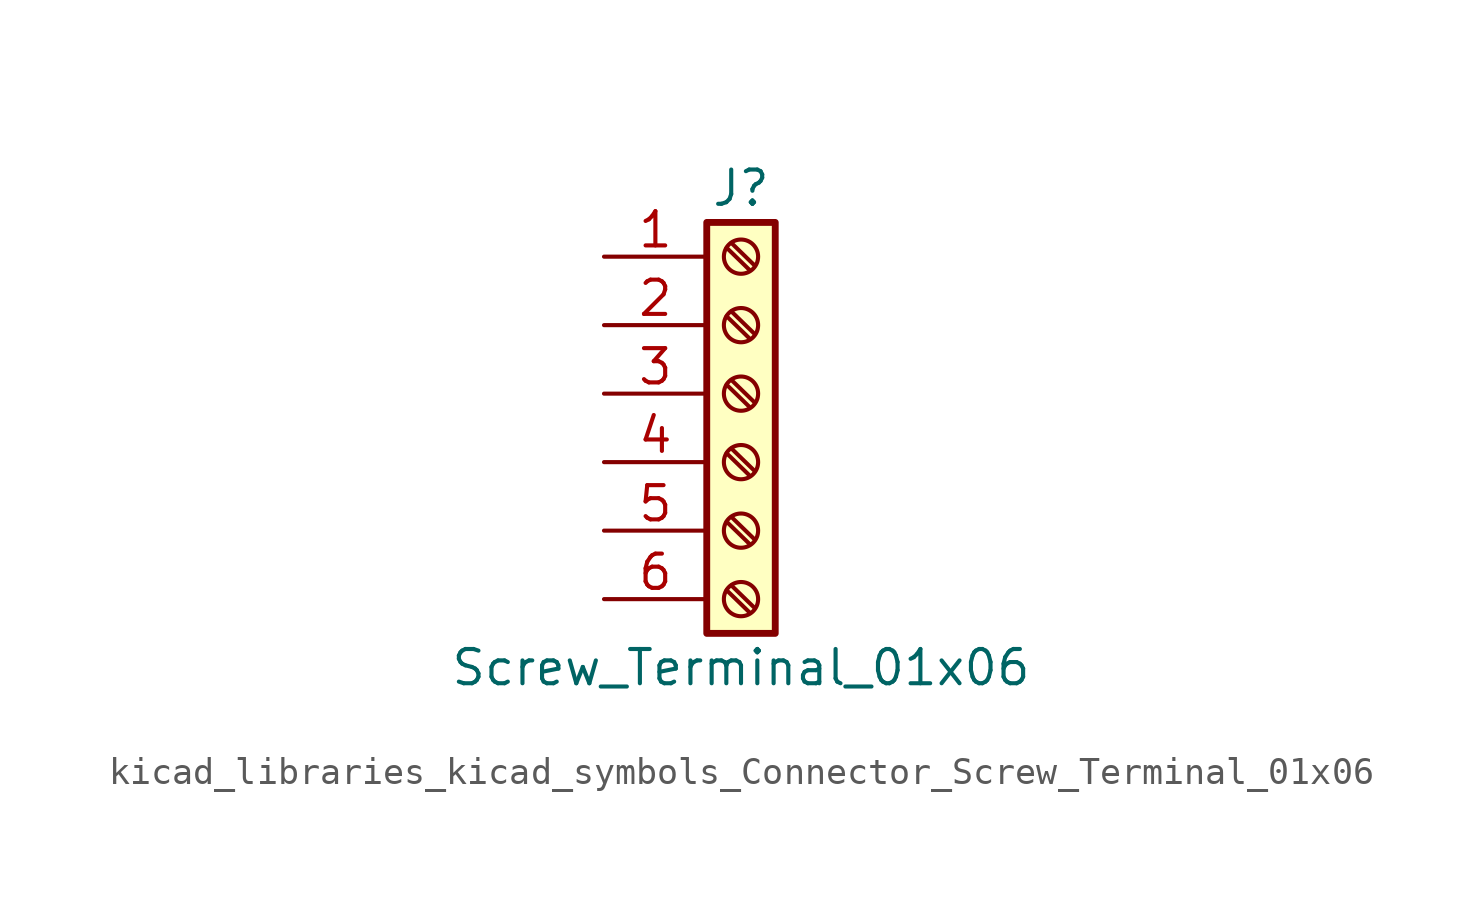
<source format=kicad_sym>
(kicad_symbol_lib
  (version 20220914)
  (generator kicad_symbol_editor)
  (symbol "kicad_libraries_kicad_symbols_Connector_Screw_Terminal_01x06"
    (pin_names
      (offset 1.016) hide)
    (property "Reference" "J"
      (at 0 7.62 0)
      (effects (font (size 1.27 1.27))))
    (property "Value" "Screw_Terminal_01x06"
      (at 0 -10.16 0)
      (effects (font (size 1.27 1.27))))
    (symbol "kicad_libraries_kicad_symbols_Connector_Screw_Terminal_01x06_1_1"
      (rectangle (start -1.27 6.35) (end 1.27 -8.89) (stroke (width 0.254) (type default)) (fill (type background)))
      (circle (center 0 -7.62) (radius 0.635) (stroke (width 0.152) (type default)) (fill (type none)))
      (circle (center 0 -5.08) (radius 0.635) (stroke (width 0.152) (type default)) (fill (type none)))
      (circle (center 0 -2.54) (radius 0.635) (stroke (width 0.152) (type default)) (fill (type none)))
      (polyline (pts (xy -0.533 -7.29) (xy 0.33 -8.128)) (stroke (width 0.152) (type default)) (fill (type none)))
      (polyline (pts (xy -0.533 -4.75) (xy 0.33 -5.588)) (stroke (width 0.152) (type default)) (fill (type none)))
      (polyline (pts (xy -0.533 -2.21) (xy 0.33 -3.048)) (stroke (width 0.152) (type default)) (fill (type none)))
      (polyline (pts (xy -0.533 0.33) (xy 0.33 -0.508)) (stroke (width 0.152) (type default)) (fill (type none)))
      (polyline (pts (xy -0.533 2.87) (xy 0.33 2.032)) (stroke (width 0.152) (type default)) (fill (type none)))
      (polyline (pts (xy -0.533 5.41) (xy 0.33 4.572)) (stroke (width 0.152) (type default)) (fill (type none)))
      (polyline (pts (xy -0.356 -7.112) (xy 0.508 -7.95)) (stroke (width 0.152) (type default)) (fill (type none)))
      (polyline (pts (xy -0.356 -4.572) (xy 0.508 -5.41)) (stroke (width 0.152) (type default)) (fill (type none)))
      (polyline (pts (xy -0.356 -2.032) (xy 0.508 -2.87)) (stroke (width 0.152) (type default)) (fill (type none)))
      (polyline (pts (xy -0.356 0.508) (xy 0.508 -0.33)) (stroke (width 0.152) (type default)) (fill (type none)))
      (polyline (pts (xy -0.356 3.048) (xy 0.508 2.21)) (stroke (width 0.152) (type default)) (fill (type none)))
      (polyline (pts (xy -0.356 5.588) (xy 0.508 4.75)) (stroke (width 0.152) (type default)) (fill (type none)))
      (circle (center 0 0) (radius 0.635) (stroke (width 0.152) (type default)) (fill (type none)))
      (circle (center 0 2.54) (radius 0.635) (stroke (width 0.152) (type default)) (fill (type none)))
      (circle (center 0 5.08) (radius 0.635) (stroke (width 0.152) (type default)) (fill (type none)))
      (pin passive line (at -5.08 5.08 0) (length 3.81) (name "Pin_1" (effects (font (size 1.27 1.27)))) (number "1" (effects (font (size 1.27 1.27)))))
      (pin passive line (at -5.08 2.54 0) (length 3.81) (name "Pin_2" (effects (font (size 1.27 1.27)))) (number "2" (effects (font (size 1.27 1.27)))))
      (pin passive line (at -5.08 0 0) (length 3.81) (name "Pin_3" (effects (font (size 1.27 1.27)))) (number "3" (effects (font (size 1.27 1.27)))))
      (pin passive line (at -5.08 -2.54 0) (length 3.81) (name "Pin_4" (effects (font (size 1.27 1.27)))) (number "4" (effects (font (size 1.27 1.27)))))
      (pin passive line (at -5.08 -5.08 0) (length 3.81) (name "Pin_5" (effects (font (size 1.27 1.27)))) (number "5" (effects (font (size 1.27 1.27)))))
      (pin passive line (at -5.08 -7.62 0) (length 3.81) (name "Pin_6" (effects (font (size 1.27 1.27)))) (number "6" (effects (font (size 1.27 1.27))))))))
</source>
